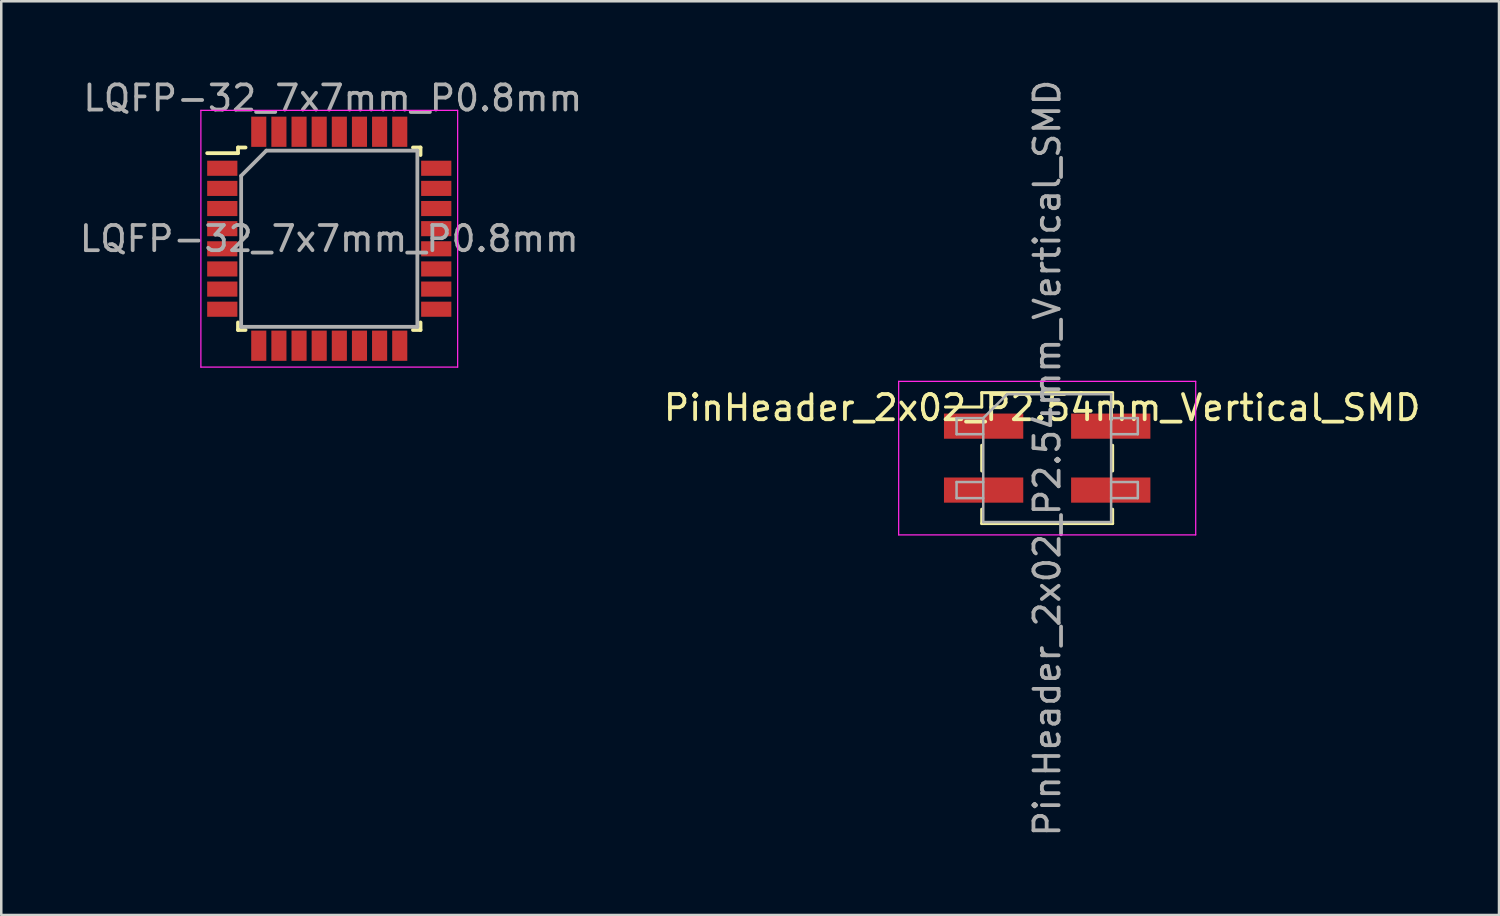
<source format=kicad_pcb>
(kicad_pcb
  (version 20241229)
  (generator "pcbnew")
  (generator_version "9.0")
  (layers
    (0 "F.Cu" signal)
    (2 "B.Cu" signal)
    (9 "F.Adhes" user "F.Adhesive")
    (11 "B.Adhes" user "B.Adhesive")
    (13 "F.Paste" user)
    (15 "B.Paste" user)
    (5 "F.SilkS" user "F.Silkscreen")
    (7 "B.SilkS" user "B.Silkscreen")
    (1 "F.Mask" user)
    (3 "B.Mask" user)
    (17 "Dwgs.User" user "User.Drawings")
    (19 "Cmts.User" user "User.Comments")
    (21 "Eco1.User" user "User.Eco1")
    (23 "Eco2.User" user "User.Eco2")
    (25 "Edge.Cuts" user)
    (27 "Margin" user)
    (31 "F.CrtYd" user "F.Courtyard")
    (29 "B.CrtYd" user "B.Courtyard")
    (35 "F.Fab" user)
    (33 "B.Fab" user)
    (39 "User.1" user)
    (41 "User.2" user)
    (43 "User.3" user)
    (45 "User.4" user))
  (footprint "LQFP-32_7x7mm_P0.8mm"
    (layer "F.Cu")
    (at 10.03 6.434)
    (property "Reference" "LQFP-32_7x7mm_P0.8mm" (at 0.141 -5.586 0) (layer "F.Fab") (effects (font (size 1 1) (thickness 0.15))))
    (attr smd)
    (fp_line (start -3.625 -3.625) (end -3.625 -3.4) (stroke (width 0.15) (type solid)) (layer "F.SilkS"))
    (fp_line (start -3.625 -3.625) (end -3.325 -3.625) (stroke (width 0.15) (type solid)) (layer "F.SilkS"))
    (fp_line (start -3.625 -3.4) (end -4.85 -3.4) (stroke (width 0.15) (type solid)) (layer "F.SilkS"))
    (fp_line (start -3.625 3.625) (end -3.625 3.325) (stroke (width 0.15) (type solid)) (layer "F.SilkS"))
    (fp_line (start -3.625 3.625) (end -3.325 3.625) (stroke (width 0.15) (type solid)) (layer "F.SilkS"))
    (fp_line (start 3.625 -3.625) (end 3.325 -3.625) (stroke (width 0.15) (type solid)) (layer "F.SilkS"))
    (fp_line (start 3.625 -3.625) (end 3.625 -3.325) (stroke (width 0.15) (type solid)) (layer "F.SilkS"))
    (fp_line (start 3.625 3.625) (end 3.325 3.625) (stroke (width 0.15) (type solid)) (layer "F.SilkS"))
    (fp_line (start 3.625 3.625) (end 3.625 3.325) (stroke (width 0.15) (type solid)) (layer "F.SilkS"))
    (fp_line (start -5.1 -5.1) (end -5.1 5.1) (stroke (width 0.05) (type solid)) (layer "F.CrtYd"))
    (fp_line (start -5.1 -5.1) (end 5.1 -5.1) (stroke (width 0.05) (type solid)) (layer "F.CrtYd"))
    (fp_line (start -5.1 5.1) (end 5.1 5.1) (stroke (width 0.05) (type solid)) (layer "F.CrtYd"))
    (fp_line (start 5.1 -5.1) (end 5.1 5.1) (stroke (width 0.05) (type solid)) (layer "F.CrtYd"))
    (fp_line (start -3.5 -2.5) (end -2.5 -3.5) (stroke (width 0.15) (type solid)) (layer "F.Fab"))
    (fp_line (start -3.5 3.5) (end -3.5 -2.5) (stroke (width 0.15) (type solid)) (layer "F.Fab"))
    (fp_line (start -2.5 -3.5) (end 3.5 -3.5) (stroke (width 0.15) (type solid)) (layer "F.Fab"))
    (fp_line (start 3.5 -3.5) (end 3.5 3.5) (stroke (width 0.15) (type solid)) (layer "F.Fab"))
    (fp_line (start 3.5 3.5) (end -3.5 3.5) (stroke (width 0.15) (type solid)) (layer "F.Fab"))
    (fp_text user "${REFERENCE}" (at 0 0 0) (layer "F.Fab") (effects (font (size 1 1) (thickness 0.15))))
    (pad "1" smd rect (at -4.25 -2.8) (size 1.2 0.6) (layers "F.Cu" "F.Mask" "F.Paste"))
    (pad "2" smd rect (at -4.25 -2) (size 1.2 0.6) (layers "F.Cu" "F.Mask" "F.Paste"))
    (pad "3" smd rect (at -4.25 -1.2) (size 1.2 0.6) (layers "F.Cu" "F.Mask" "F.Paste"))
    (pad "4" smd rect (at -4.25 -0.4) (size 1.2 0.6) (layers "F.Cu" "F.Mask" "F.Paste"))
    (pad "5" smd rect (at -4.25 0.4) (size 1.2 0.6) (layers "F.Cu" "F.Mask" "F.Paste"))
    (pad "6" smd rect (at -4.25 1.2) (size 1.2 0.6) (layers "F.Cu" "F.Mask" "F.Paste"))
    (pad "7" smd rect (at -4.25 2) (size 1.2 0.6) (layers "F.Cu" "F.Mask" "F.Paste"))
    (pad "8" smd rect (at -4.25 2.8) (size 1.2 0.6) (layers "F.Cu" "F.Mask" "F.Paste"))
    (pad "9" smd rect (at -2.8 4.25 90) (size 1.2 0.6) (layers "F.Cu" "F.Mask" "F.Paste"))
    (pad "10" smd rect (at -2 4.25 90) (size 1.2 0.6) (layers "F.Cu" "F.Mask" "F.Paste"))
    (pad "11" smd rect (at -1.2 4.25 90) (size 1.2 0.6) (layers "F.Cu" "F.Mask" "F.Paste"))
    (pad "12" smd rect (at -0.4 4.25 90) (size 1.2 0.6) (layers "F.Cu" "F.Mask" "F.Paste"))
    (pad "13" smd rect (at 0.4 4.25 90) (size 1.2 0.6) (layers "F.Cu" "F.Mask" "F.Paste"))
    (pad "14" smd rect (at 1.2 4.25 90) (size 1.2 0.6) (layers "F.Cu" "F.Mask" "F.Paste"))
    (pad "15" smd rect (at 2 4.25 90) (size 1.2 0.6) (layers "F.Cu" "F.Mask" "F.Paste"))
    (pad "16" smd rect (at 2.8 4.25 90) (size 1.2 0.6) (layers "F.Cu" "F.Mask" "F.Paste"))
    (pad "17" smd rect (at 4.25 2.8) (size 1.2 0.6) (layers "F.Cu" "F.Mask" "F.Paste"))
    (pad "18" smd rect (at 4.25 2) (size 1.2 0.6) (layers "F.Cu" "F.Mask" "F.Paste"))
    (pad "19" smd rect (at 4.25 1.2) (size 1.2 0.6) (layers "F.Cu" "F.Mask" "F.Paste"))
    (pad "20" smd rect (at 4.25 0.4) (size 1.2 0.6) (layers "F.Cu" "F.Mask" "F.Paste"))
    (pad "21" smd rect (at 4.25 -0.4) (size 1.2 0.6) (layers "F.Cu" "F.Mask" "F.Paste"))
    (pad "22" smd rect (at 4.25 -1.2) (size 1.2 0.6) (layers "F.Cu" "F.Mask" "F.Paste"))
    (pad "23" smd rect (at 4.25 -2) (size 1.2 0.6) (layers "F.Cu" "F.Mask" "F.Paste"))
    (pad "24" smd rect (at 4.25 -2.8) (size 1.2 0.6) (layers "F.Cu" "F.Mask" "F.Paste"))
    (pad "25" smd rect (at 2.8 -4.25 90) (size 1.2 0.6) (layers "F.Cu" "F.Mask" "F.Paste"))
    (pad "26" smd rect (at 2 -4.25 90) (size 1.2 0.6) (layers "F.Cu" "F.Mask" "F.Paste"))
    (pad "27" smd rect (at 1.2 -4.25 90) (size 1.2 0.6) (layers "F.Cu" "F.Mask" "F.Paste"))
    (pad "28" smd rect (at 0.4 -4.25 90) (size 1.2 0.6) (layers "F.Cu" "F.Mask" "F.Paste"))
    (pad "29" smd rect (at -0.4 -4.25 90) (size 1.2 0.6) (layers "F.Cu" "F.Mask" "F.Paste"))
    (pad "30" smd rect (at -1.2 -4.25 90) (size 1.2 0.6) (layers "F.Cu" "F.Mask" "F.Paste"))
    (pad "31" smd rect (at -2 -4.25 90) (size 1.2 0.6) (layers "F.Cu" "F.Mask" "F.Paste"))
    (pad "32" smd rect (at -2.8 -4.25 90) (size 1.2 0.6) (layers "F.Cu" "F.Mask" "F.Paste")))
  (footprint "PinHeader_2x02_P2.54mm_Vertical_SMD"
    (layer "F.Cu")
    (at 38.55 15.149)
    (property "Reference" "PinHeader_2x02_P2.54mm_Vertical_SMD" (at -0.2 -2 0) (layer "F.SilkS") (effects (font (size 1 1) (thickness 0.15))))
    (attr smd)
    (fp_line (start -4.04 -2.03) (end -2.6 -2.03) (stroke (width 0.12) (type solid)) (layer "F.SilkS"))
    (fp_line (start -2.6 -2.6) (end -2.6 -2.03) (stroke (width 0.12) (type solid)) (layer "F.SilkS"))
    (fp_line (start -2.6 -2.6) (end 2.6 -2.6) (stroke (width 0.12) (type solid)) (layer "F.SilkS"))
    (fp_line (start -2.6 -0.51) (end -2.6 0.51) (stroke (width 0.12) (type solid)) (layer "F.SilkS"))
    (fp_line (start -2.6 2.03) (end -2.6 2.6) (stroke (width 0.12) (type solid)) (layer "F.SilkS"))
    (fp_line (start -2.6 2.6) (end 2.6 2.6) (stroke (width 0.12) (type solid)) (layer "F.SilkS"))
    (fp_line (start 2.6 -2.6) (end 2.6 -2.03) (stroke (width 0.12) (type solid)) (layer "F.SilkS"))
    (fp_line (start 2.6 -0.51) (end 2.6 0.51) (stroke (width 0.12) (type solid)) (layer "F.SilkS"))
    (fp_line (start 2.6 2.03) (end 2.6 2.6) (stroke (width 0.12) (type solid)) (layer "F.SilkS"))
    (fp_line (start -5.9 -3.05) (end -5.9 3.05) (stroke (width 0.05) (type solid)) (layer "F.CrtYd"))
    (fp_line (start -5.9 3.05) (end 5.9 3.05) (stroke (width 0.05) (type solid)) (layer "F.CrtYd"))
    (fp_line (start 5.9 -3.05) (end -5.9 -3.05) (stroke (width 0.05) (type solid)) (layer "F.CrtYd"))
    (fp_line (start 5.9 3.05) (end 5.9 -3.05) (stroke (width 0.05) (type solid)) (layer "F.CrtYd"))
    (fp_line (start -3.6 -1.59) (end -3.6 -0.95) (stroke (width 0.1) (type solid)) (layer "F.Fab"))
    (fp_line (start -3.6 -0.95) (end -2.54 -0.95) (stroke (width 0.1) (type solid)) (layer "F.Fab"))
    (fp_line (start -3.6 0.95) (end -3.6 1.59) (stroke (width 0.1) (type solid)) (layer "F.Fab"))
    (fp_line (start -3.6 1.59) (end -2.54 1.59) (stroke (width 0.1) (type solid)) (layer "F.Fab"))
    (fp_line (start -2.54 -1.59) (end -3.6 -1.59) (stroke (width 0.1) (type solid)) (layer "F.Fab"))
    (fp_line (start -2.54 -1.59) (end -1.59 -2.54) (stroke (width 0.1) (type solid)) (layer "F.Fab"))
    (fp_line (start -2.54 0.95) (end -3.6 0.95) (stroke (width 0.1) (type solid)) (layer "F.Fab"))
    (fp_line (start -2.54 2.54) (end -2.54 -1.59) (stroke (width 0.1) (type solid)) (layer "F.Fab"))
    (fp_line (start -1.59 -2.54) (end 2.54 -2.54) (stroke (width 0.1) (type solid)) (layer "F.Fab"))
    (fp_line (start 2.54 -2.54) (end 2.54 2.54) (stroke (width 0.1) (type solid)) (layer "F.Fab"))
    (fp_line (start 2.54 -1.59) (end 3.6 -1.59) (stroke (width 0.1) (type solid)) (layer "F.Fab"))
    (fp_line (start 2.54 0.95) (end 3.6 0.95) (stroke (width 0.1) (type solid)) (layer "F.Fab"))
    (fp_line (start 2.54 2.54) (end -2.54 2.54) (stroke (width 0.1) (type solid)) (layer "F.Fab"))
    (fp_line (start 3.6 -1.59) (end 3.6 -0.95) (stroke (width 0.1) (type solid)) (layer "F.Fab"))
    (fp_line (start 3.6 -0.95) (end 2.54 -0.95) (stroke (width 0.1) (type solid)) (layer "F.Fab"))
    (fp_line (start 3.6 0.95) (end 3.6 1.59) (stroke (width 0.1) (type solid)) (layer "F.Fab"))
    (fp_line (start 3.6 1.59) (end 2.54 1.59) (stroke (width 0.1) (type solid)) (layer "F.Fab"))
    (fp_text user "${REFERENCE}" (at 0 0 90) (layer "F.Fab") (effects (font (size 1 1) (thickness 0.15))))
    (pad "1" smd rect (at -2.525 -1.27) (size 3.15 1) (layers "F.Cu" "F.Mask" "F.Paste"))
    (pad "2" smd rect (at 2.525 -1.27) (size 3.15 1) (layers "F.Cu" "F.Mask" "F.Paste"))
    (pad "3" smd rect (at -2.525 1.27) (size 3.15 1) (layers "F.Cu" "F.Mask" "F.Paste"))
    (pad "4" smd rect (at 2.525 1.27) (size 3.15 1) (layers "F.Cu" "F.Mask" "F.Paste")))
  (gr_rect
    (start -3 -3)
    (end 56.499 33.298)
    (stroke (width 0.1) (type default))
    (fill no)
    (layer "Edge.Cuts")))
</source>
